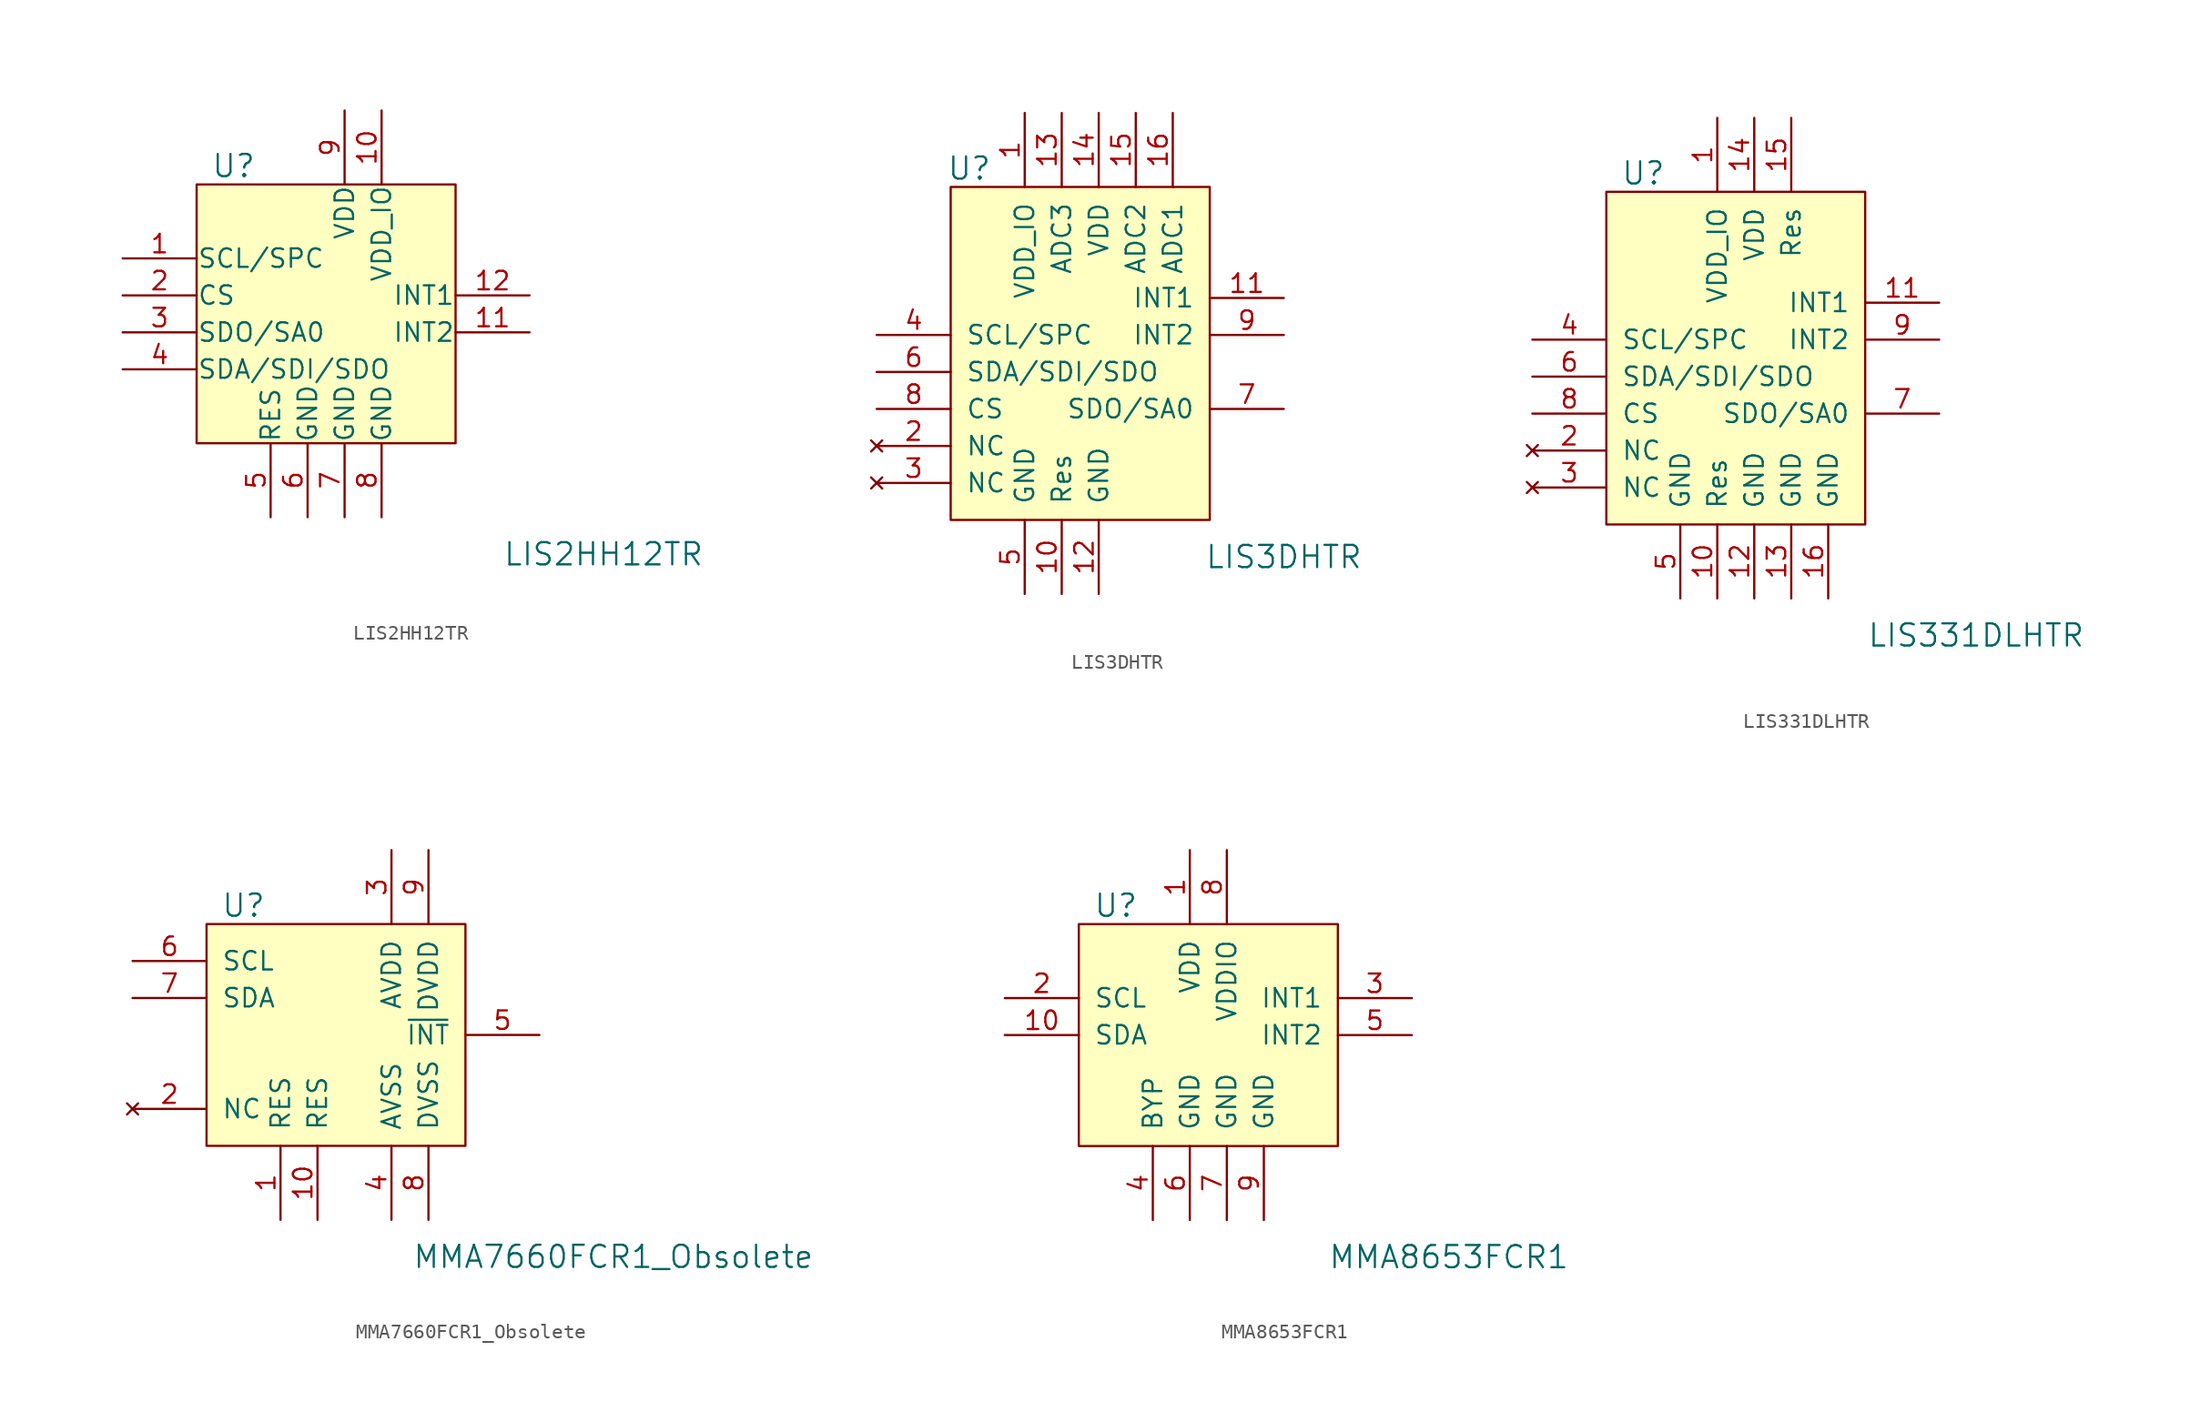
<source format=kicad_sym>
(kicad_symbol_lib
  (version 20201005)
  (generator kicad_symbol_editor)
  (symbol "LIS2HH12TR"
    (pin_names
      (offset 0.025))
    (property "Reference" "U"
      (at -7.62 8.89 0)
      (effects (font (size 1.524 1.524))))
    (property "Value" "LIS2HH12TR"
      (at 17.78 -17.78 0)
      (effects (font (size 1.524 1.524))))
    (symbol "LIS2HH12TR_0_1"
      (rectangle (start -10.16 7.62) (end 7.62 -10.16) (stroke (width 0)) (fill (type background))))
    (symbol "LIS2HH12TR_1_1"
      (pin input line (at -15.24 2.54 0) (length 5.08) (name "SCL/SPC" (effects (font (size 1.27 1.27)))) (number "1" (effects (font (size 1.27 1.27)))))
      (pin input line (at -15.24 0 0) (length 5.08) (name "CS" (effects (font (size 1.27 1.27)))) (number "2" (effects (font (size 1.27 1.27)))))
      (pin bidirectional line (at -15.24 -2.54 0) (length 5.08) (name "SDO/SA0" (effects (font (size 1.27 1.27)))) (number "3" (effects (font (size 1.27 1.27)))))
      (pin bidirectional line (at -15.24 -5.08 0) (length 5.08) (name "SDA/SDI/SDO" (effects (font (size 1.27 1.27)))) (number "4" (effects (font (size 1.27 1.27)))))
      (pin power_in line (at -5.08 -15.24 90) (length 5.08) (name "RES" (effects (font (size 1.27 1.27)))) (number "5" (effects (font (size 1.27 1.27)))))
      (pin power_in line (at -2.54 -15.24 90) (length 5.08) (name "GND" (effects (font (size 1.27 1.27)))) (number "6" (effects (font (size 1.27 1.27)))))
      (pin power_in line (at 0 -15.24 90) (length 5.08) (name "GND" (effects (font (size 1.27 1.27)))) (number "7" (effects (font (size 1.27 1.27)))))
      (pin power_in line (at 2.54 -15.24 90) (length 5.08) (name "GND" (effects (font (size 1.27 1.27)))) (number "8" (effects (font (size 1.27 1.27)))))
      (pin power_in line (at 0 12.7 270) (length 5.08) (name "VDD" (effects (font (size 1.27 1.27)))) (number "9" (effects (font (size 1.27 1.27)))))
      (pin power_in line (at 2.54 12.7 270) (length 5.08) (name "VDD_IO" (effects (font (size 1.27 1.27)))) (number "10" (effects (font (size 1.27 1.27)))))
      (pin output line (at 12.7 -2.54 180) (length 5.08) (name "INT2" (effects (font (size 1.27 1.27)))) (number "11" (effects (font (size 1.27 1.27)))))
      (pin output line (at 12.7 0 180) (length 5.08) (name "INT1" (effects (font (size 1.27 1.27)))) (number "12" (effects (font (size 1.27 1.27)))))))
  (symbol "LIS3DHTR"
    (pin_names
      (offset 1.016))
    (property "Reference" "U"
      (at -8.89 11.43 0)
      (effects (font (size 1.524 1.524))))
    (property "Value" "LIS3DHTR"
      (at 12.7 -15.24 0)
      (effects (font (size 1.524 1.524))))
    (symbol "LIS3DHTR_0_1"
      (rectangle (start -10.16 10.16) (end 7.62 -12.7) (stroke (width 0)) (fill (type background))))
    (symbol "LIS3DHTR_1_1"
      (pin power_in line (at -5.08 15.24 270) (length 5.08) (name "VDD_IO" (effects (font (size 1.27 1.27)))) (number "1" (effects (font (size 1.27 1.27)))))
      (pin no_connect line (at -15.24 -7.62 0) (length 5.08) (name "NC" (effects (font (size 1.27 1.27)))) (number "2" (effects (font (size 1.27 1.27)))))
      (pin no_connect line (at -15.24 -10.16 0) (length 5.08) (name "NC" (effects (font (size 1.27 1.27)))) (number "3" (effects (font (size 1.27 1.27)))))
      (pin input line (at -15.24 0 0) (length 5.08) (name "SCL/SPC" (effects (font (size 1.27 1.27)))) (number "4" (effects (font (size 1.27 1.27)))))
      (pin power_in line (at -5.08 -17.78 90) (length 5.08) (name "GND" (effects (font (size 1.27 1.27)))) (number "5" (effects (font (size 1.27 1.27)))))
      (pin bidirectional line (at -15.24 -2.54 0) (length 5.08) (name "SDA/SDI/SDO" (effects (font (size 1.27 1.27)))) (number "6" (effects (font (size 1.27 1.27)))))
      (pin output line (at 12.7 -5.08 180) (length 5.08) (name "SDO/SA0" (effects (font (size 1.27 1.27)))) (number "7" (effects (font (size 1.27 1.27)))))
      (pin input line (at -15.24 -5.08 0) (length 5.08) (name "CS" (effects (font (size 1.27 1.27)))) (number "8" (effects (font (size 1.27 1.27)))))
      (pin output line (at 12.7 0 180) (length 5.08) (name "INT2" (effects (font (size 1.27 1.27)))) (number "9" (effects (font (size 1.27 1.27)))))
      (pin power_in line (at -2.54 -17.78 90) (length 5.08) (name "Res" (effects (font (size 1.27 1.27)))) (number "10" (effects (font (size 1.27 1.27)))))
      (pin output line (at 12.7 2.54 180) (length 5.08) (name "INT1" (effects (font (size 1.27 1.27)))) (number "11" (effects (font (size 1.27 1.27)))))
      (pin power_in line (at 0 -17.78 90) (length 5.08) (name "GND" (effects (font (size 1.27 1.27)))) (number "12" (effects (font (size 1.27 1.27)))))
      (pin input line (at -2.54 15.24 270) (length 5.08) (name "ADC3" (effects (font (size 1.27 1.27)))) (number "13" (effects (font (size 1.27 1.27)))))
      (pin power_in line (at 0 15.24 270) (length 5.08) (name "VDD" (effects (font (size 1.27 1.27)))) (number "14" (effects (font (size 1.27 1.27)))))
      (pin input line (at 2.54 15.24 270) (length 5.08) (name "ADC2" (effects (font (size 1.27 1.27)))) (number "15" (effects (font (size 1.27 1.27)))))
      (pin input line (at 5.08 15.24 270) (length 5.08) (name "ADC1" (effects (font (size 1.27 1.27)))) (number "16" (effects (font (size 1.27 1.27)))))))
  (symbol "LIS331DLHTR"
    (pin_names
      (offset 1.016))
    (property "Reference" "U"
      (at -7.62 13.97 0)
      (effects (font (size 1.524 1.524))))
    (property "Value" "LIS331DLHTR"
      (at 15.24 -17.78 0)
      (effects (font (size 1.524 1.524))))
    (symbol "LIS331DLHTR_0_1"
      (rectangle (start -10.16 12.7) (end 7.62 -10.16) (stroke (width 0)) (fill (type background))))
    (symbol "LIS331DLHTR_1_1"
      (pin power_in line (at -2.54 17.78 270) (length 5.08) (name "VDD_IO" (effects (font (size 1.27 1.27)))) (number "1" (effects (font (size 1.27 1.27)))))
      (pin no_connect line (at -15.24 -5.08 0) (length 5.08) (name "NC" (effects (font (size 1.27 1.27)))) (number "2" (effects (font (size 1.27 1.27)))))
      (pin no_connect line (at -15.24 -7.62 0) (length 5.08) (name "NC" (effects (font (size 1.27 1.27)))) (number "3" (effects (font (size 1.27 1.27)))))
      (pin input line (at -15.24 2.54 0) (length 5.08) (name "SCL/SPC" (effects (font (size 1.27 1.27)))) (number "4" (effects (font (size 1.27 1.27)))))
      (pin power_in line (at -5.08 -15.24 90) (length 5.08) (name "GND" (effects (font (size 1.27 1.27)))) (number "5" (effects (font (size 1.27 1.27)))))
      (pin bidirectional line (at -15.24 0 0) (length 5.08) (name "SDA/SDI/SDO" (effects (font (size 1.27 1.27)))) (number "6" (effects (font (size 1.27 1.27)))))
      (pin output line (at 12.7 -2.54 180) (length 5.08) (name "SDO/SA0" (effects (font (size 1.27 1.27)))) (number "7" (effects (font (size 1.27 1.27)))))
      (pin input line (at -15.24 -2.54 0) (length 5.08) (name "CS" (effects (font (size 1.27 1.27)))) (number "8" (effects (font (size 1.27 1.27)))))
      (pin output line (at 12.7 2.54 180) (length 5.08) (name "INT2" (effects (font (size 1.27 1.27)))) (number "9" (effects (font (size 1.27 1.27)))))
      (pin power_in line (at -2.54 -15.24 90) (length 5.08) (name "Res" (effects (font (size 1.27 1.27)))) (number "10" (effects (font (size 1.27 1.27)))))
      (pin output line (at 12.7 5.08 180) (length 5.08) (name "INT1" (effects (font (size 1.27 1.27)))) (number "11" (effects (font (size 1.27 1.27)))))
      (pin power_in line (at 0 -15.24 90) (length 5.08) (name "GND" (effects (font (size 1.27 1.27)))) (number "12" (effects (font (size 1.27 1.27)))))
      (pin power_in line (at 2.54 -15.24 90) (length 5.08) (name "GND" (effects (font (size 1.27 1.27)))) (number "13" (effects (font (size 1.27 1.27)))))
      (pin power_in line (at 0 17.78 270) (length 5.08) (name "VDD" (effects (font (size 1.27 1.27)))) (number "14" (effects (font (size 1.27 1.27)))))
      (pin power_in line (at 2.54 17.78 270) (length 5.08) (name "Res" (effects (font (size 1.27 1.27)))) (number "15" (effects (font (size 1.27 1.27)))))
      (pin power_in line (at 5.08 -15.24 90) (length 5.08) (name "GND" (effects (font (size 1.27 1.27)))) (number "16" (effects (font (size 1.27 1.27)))))))
  (symbol "MMA7660FCR1_Obsolete"
    (pin_names
      (offset 1.016))
    (property "Reference" "U"
      (at -7.62 8.89 0)
      (effects (font (size 1.524 1.524))))
    (property "Value" "MMA7660FCR1_Obsolete"
      (at 17.78 -15.24 0)
      (effects (font (size 1.524 1.524))))
    (symbol "MMA7660FCR1_Obsolete_0_1"
      (rectangle (start -10.16 7.62) (end 7.62 -7.62) (stroke (width 0)) (fill (type background))))
    (symbol "MMA7660FCR1_Obsolete_1_1"
      (pin power_in line (at -5.08 -12.7 90) (length 5.08) (name "RES" (effects (font (size 1.27 1.27)))) (number "1" (effects (font (size 1.27 1.27)))))
      (pin no_connect line (at -15.24 -5.08 0) (length 5.08) (name "NC" (effects (font (size 1.27 1.27)))) (number "2" (effects (font (size 1.27 1.27)))))
      (pin power_in line (at 2.54 12.7 270) (length 5.08) (name "AVDD" (effects (font (size 1.27 1.27)))) (number "3" (effects (font (size 1.27 1.27)))))
      (pin power_in line (at 2.54 -12.7 90) (length 5.08) (name "AVSS" (effects (font (size 1.27 1.27)))) (number "4" (effects (font (size 1.27 1.27)))))
      (pin output line (at 12.7 0 180) (length 5.08) (name "~INT" (effects (font (size 1.27 1.27)))) (number "5" (effects (font (size 1.27 1.27)))))
      (pin input line (at -15.24 5.08 0) (length 5.08) (name "SCL" (effects (font (size 1.27 1.27)))) (number "6" (effects (font (size 1.27 1.27)))))
      (pin bidirectional line (at -15.24 2.54 0) (length 5.08) (name "SDA" (effects (font (size 1.27 1.27)))) (number "7" (effects (font (size 1.27 1.27)))))
      (pin power_in line (at 5.08 -12.7 90) (length 5.08) (name "DVSS" (effects (font (size 1.27 1.27)))) (number "8" (effects (font (size 1.27 1.27)))))
      (pin power_in line (at 5.08 12.7 270) (length 5.08) (name "DVDD" (effects (font (size 1.27 1.27)))) (number "9" (effects (font (size 1.27 1.27)))))
      (pin power_in line (at -2.54 -12.7 90) (length 5.08) (name "RES" (effects (font (size 1.27 1.27)))) (number "10" (effects (font (size 1.27 1.27)))))))
  (symbol "MMA8653FCR1"
    (pin_names
      (offset 1.016))
    (property "Reference" "U"
      (at -5.08 8.89 0)
      (effects (font (size 1.524 1.524))))
    (property "Value" "MMA8653FCR1"
      (at 17.78 -15.24 0)
      (effects (font (size 1.524 1.524))))
    (symbol "MMA8653FCR1_0_1"
      (rectangle (start -7.62 7.62) (end 10.16 -7.62) (stroke (width 0)) (fill (type background))))
    (symbol "MMA8653FCR1_1_1"
      (pin power_in line (at 0 12.7 270) (length 5.08) (name "VDD" (effects (font (size 1.27 1.27)))) (number "1" (effects (font (size 1.27 1.27)))))
      (pin input line (at -12.7 2.54 0) (length 5.08) (name "SCL" (effects (font (size 1.27 1.27)))) (number "2" (effects (font (size 1.27 1.27)))))
      (pin output line (at 15.24 2.54 180) (length 5.08) (name "INT1" (effects (font (size 1.27 1.27)))) (number "3" (effects (font (size 1.27 1.27)))))
      (pin output line (at -2.54 -12.7 90) (length 5.08) (name "BYP" (effects (font (size 1.27 1.27)))) (number "4" (effects (font (size 1.27 1.27)))))
      (pin output line (at 15.24 0 180) (length 5.08) (name "INT2" (effects (font (size 1.27 1.27)))) (number "5" (effects (font (size 1.27 1.27)))))
      (pin power_in line (at 0 -12.7 90) (length 5.08) (name "GND" (effects (font (size 1.27 1.27)))) (number "6" (effects (font (size 1.27 1.27)))))
      (pin power_in line (at 2.54 -12.7 90) (length 5.08) (name "GND" (effects (font (size 1.27 1.27)))) (number "7" (effects (font (size 1.27 1.27)))))
      (pin power_in line (at 2.54 12.7 270) (length 5.08) (name "VDDIO" (effects (font (size 1.27 1.27)))) (number "8" (effects (font (size 1.27 1.27)))))
      (pin power_in line (at 5.08 -12.7 90) (length 5.08) (name "GND" (effects (font (size 1.27 1.27)))) (number "9" (effects (font (size 1.27 1.27)))))
      (pin bidirectional line (at -12.7 0 0) (length 5.08) (name "SDA" (effects (font (size 1.27 1.27)))) (number "10" (effects (font (size 1.27 1.27))))))))
</source>
